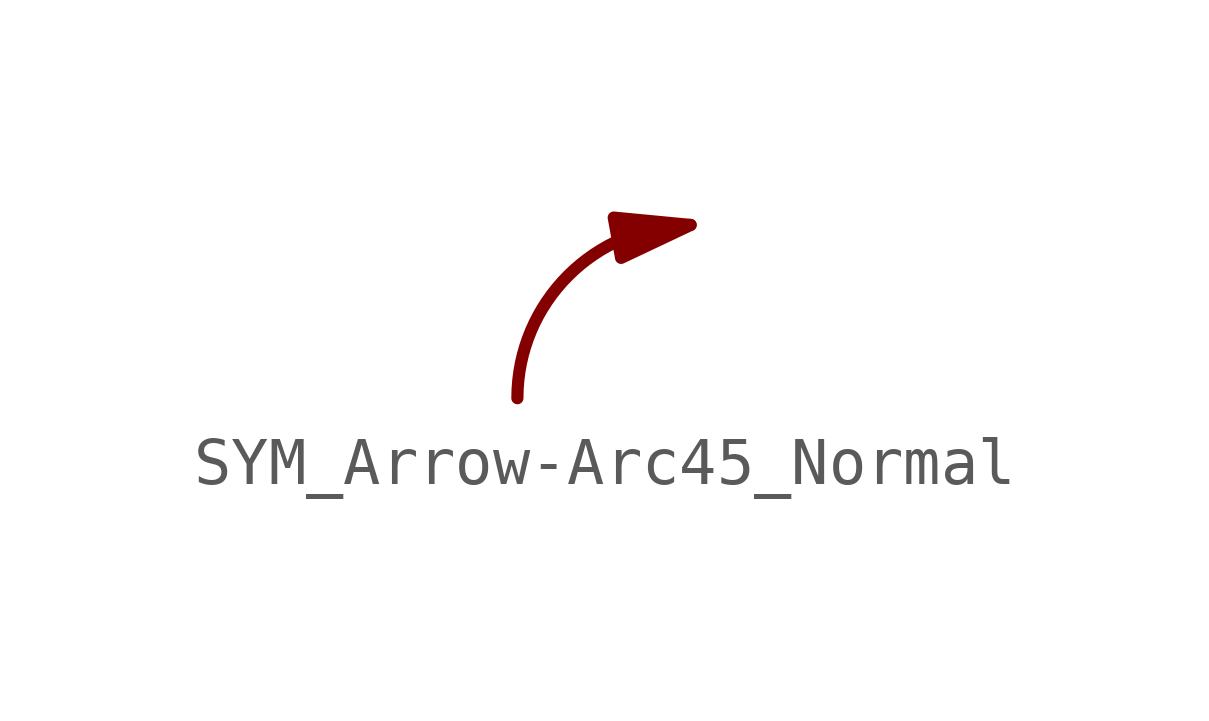
<source format=kicad_sym>
(kicad_symbol_lib
  (version 20231120)
  (generator "kicad_symbol_editor")
  (generator_version "8.0")
  (symbol "SYM_Arrow-Arc45_Normal"
    (pin_names
      (offset 1.016))
    (property "Reference" "#SYM"
      (at 0 3.124 0)
      (effects (font (size 1.27 1.27)) (hide yes)))
    (symbol "SYM_Arrow-Arc45_Normal_0_1"
      (polyline (pts (xy 1.803 1.803) (xy 0.356 1.118) (xy 0.203 1.956) (xy 1.803 1.803)) (stroke (width 0.254) (type default)) (fill (type outline)))
      (arc (start 1.8034 1.8034) (mid -0.747 0.747) (end -1.8034 -1.8034) (stroke (width 0.254) (type default)) (fill (type none))))))
</source>
